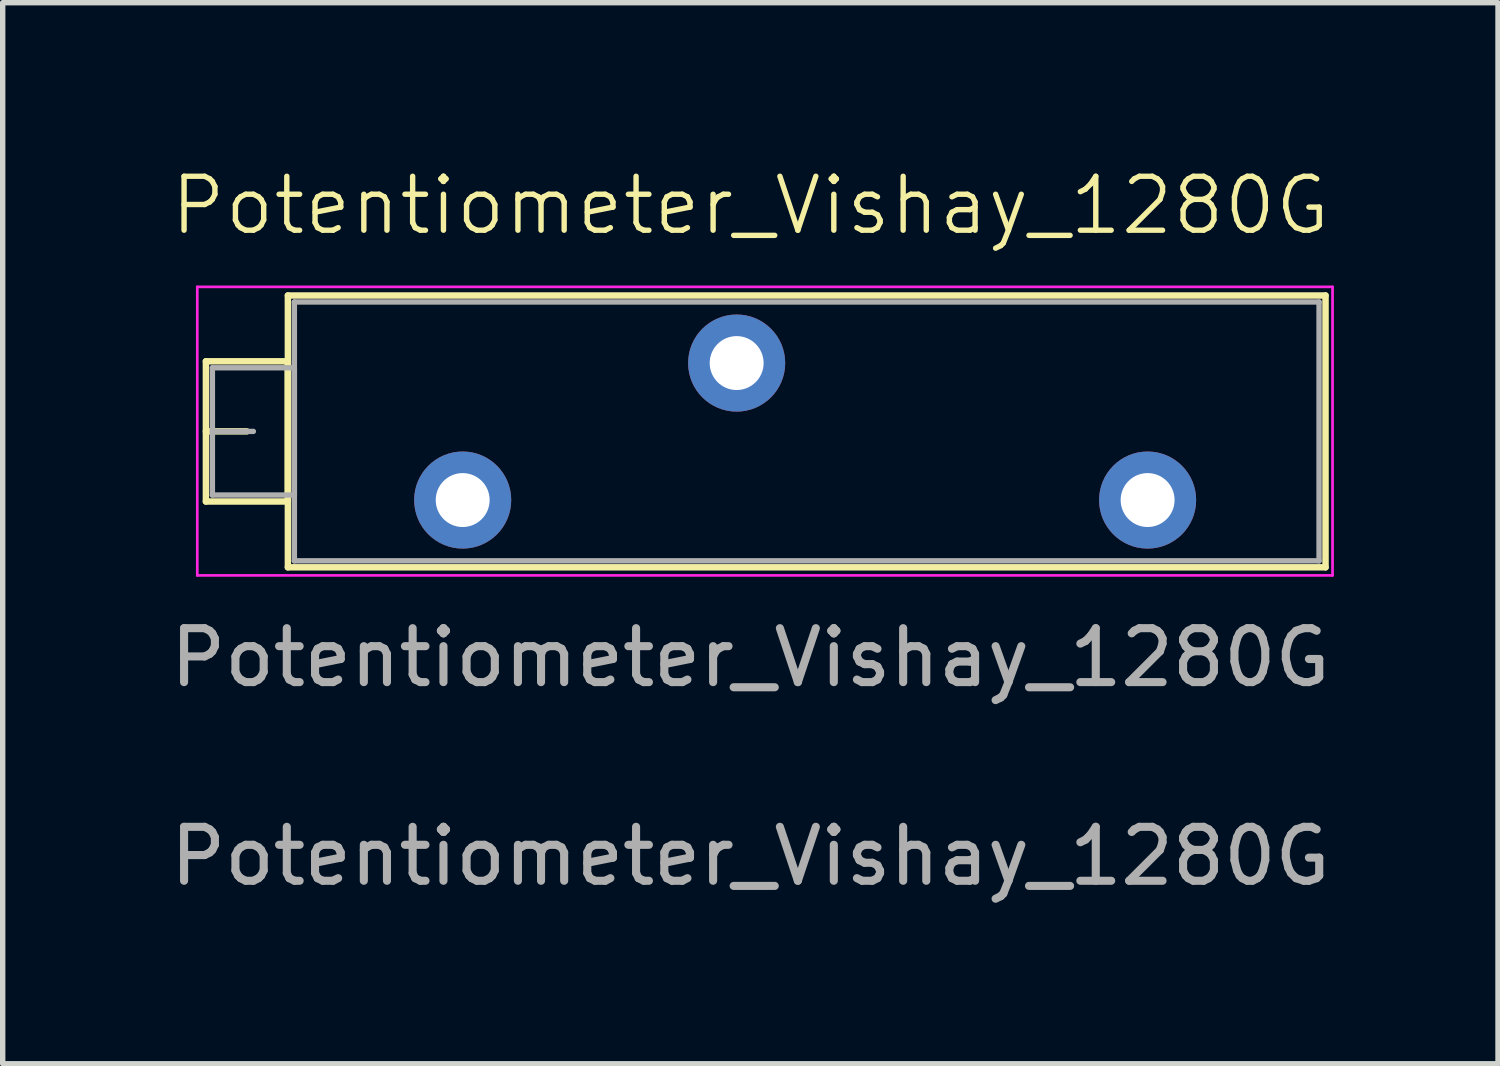
<source format=kicad_pcb>
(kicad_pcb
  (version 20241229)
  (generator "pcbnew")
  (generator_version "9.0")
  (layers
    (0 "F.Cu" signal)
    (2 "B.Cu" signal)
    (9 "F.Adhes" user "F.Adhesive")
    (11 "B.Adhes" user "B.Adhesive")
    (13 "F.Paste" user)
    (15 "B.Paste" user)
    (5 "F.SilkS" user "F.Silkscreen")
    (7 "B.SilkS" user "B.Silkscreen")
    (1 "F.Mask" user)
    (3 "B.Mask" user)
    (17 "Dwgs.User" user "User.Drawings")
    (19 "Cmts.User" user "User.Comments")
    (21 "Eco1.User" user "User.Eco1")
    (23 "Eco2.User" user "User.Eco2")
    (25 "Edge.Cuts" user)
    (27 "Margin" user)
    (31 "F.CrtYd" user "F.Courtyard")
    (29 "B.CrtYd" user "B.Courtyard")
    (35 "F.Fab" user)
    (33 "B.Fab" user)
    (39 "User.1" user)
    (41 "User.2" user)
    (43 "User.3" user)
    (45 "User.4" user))
  (footprint "Potentiometer_Vishay_1280G"
    (layer "F.Cu")
    (at 10.863 4.952)
    (property "Reference" "Potentiometer_Vishay_1280G" (at 0 -4.191 0) (unlocked yes) (layer "F.SilkS") (effects (font (size 1 1) (thickness 0.1))))
    (attr through_hole)
    (fp_line (start -10.095 -1.303) (end -10.095 1.297) (stroke (width 0.12) (type solid)) (layer "F.SilkS"))
    (fp_line (start -10.095 -1.303) (end -8.576 -1.303) (stroke (width 0.12) (type solid)) (layer "F.SilkS"))
    (fp_line (start -10.095 -0.003) (end -9.336 -0.003) (stroke (width 0.12) (type solid)) (layer "F.SilkS"))
    (fp_line (start -10.095 1.297) (end -8.576 1.297) (stroke (width 0.12) (type solid)) (layer "F.SilkS"))
    (fp_line (start -8.576 -1.303) (end -8.576 1.297) (stroke (width 0.12) (type solid)) (layer "F.SilkS"))
    (fp_line (start -8.575 -2.523) (end -8.575 2.517) (stroke (width 0.12) (type solid)) (layer "F.SilkS"))
    (fp_line (start -8.575 -2.523) (end 10.665 -2.523) (stroke (width 0.12) (type solid)) (layer "F.SilkS"))
    (fp_line (start -8.575 2.517) (end 10.665 2.517) (stroke (width 0.12) (type solid)) (layer "F.SilkS"))
    (fp_line (start 10.665 -2.523) (end 10.665 2.517) (stroke (width 0.12) (type solid)) (layer "F.SilkS"))
    (fp_line (start -10.255 -2.683) (end -10.255 2.667) (stroke (width 0.05) (type solid)) (layer "F.CrtYd"))
    (fp_line (start -10.255 2.667) (end 10.795 2.667) (stroke (width 0.05) (type solid)) (layer "F.CrtYd"))
    (fp_line (start 10.795 -2.683) (end -10.255 -2.683) (stroke (width 0.05) (type solid)) (layer "F.CrtYd"))
    (fp_line (start 10.795 2.667) (end 10.795 -2.683) (stroke (width 0.05) (type solid)) (layer "F.CrtYd"))
    (fp_line (start -9.975 -1.183) (end -9.975 1.177) (stroke (width 0.1) (type solid)) (layer "F.Fab"))
    (fp_line (start -9.975 -0.003) (end -9.215 -0.003) (stroke (width 0.1) (type solid)) (layer "F.Fab"))
    (fp_line (start -9.975 1.177) (end -8.455 1.177) (stroke (width 0.1) (type solid)) (layer "F.Fab"))
    (fp_line (start -8.455 -2.403) (end -8.455 2.397) (stroke (width 0.1) (type solid)) (layer "F.Fab"))
    (fp_line (start -8.455 -1.183) (end -9.975 -1.183) (stroke (width 0.1) (type solid)) (layer "F.Fab"))
    (fp_line (start -8.455 1.177) (end -8.455 -1.183) (stroke (width 0.1) (type solid)) (layer "F.Fab"))
    (fp_line (start -8.455 2.397) (end 10.545 2.397) (stroke (width 0.1) (type solid)) (layer "F.Fab"))
    (fp_line (start 10.545 -2.403) (end -8.455 -2.403) (stroke (width 0.1) (type solid)) (layer "F.Fab"))
    (fp_line (start 10.545 2.397) (end 10.545 -2.403) (stroke (width 0.1) (type solid)) (layer "F.Fab"))
    (fp_text user "${REFERENCE}" (at 0 7.874 0) (unlocked yes) (layer "F.Fab") (effects (font (size 1 1) (thickness 0.15))))
    (fp_text user "${REFERENCE}" (at 0 4.191 0) (layer "F.Fab") (effects (font (size 1 1) (thickness 0.15))))
    (pad "1" thru_hole circle (at 7.366 1.27) (size 1.8 1.8) (drill 1) (layers "*.Cu" "*.Mask"))
    (pad "2" thru_hole circle (at -0.254 -1.27) (size 1.8 1.8) (drill 1) (layers "*.Cu" "*.Mask"))
    (pad "3" thru_hole circle (at -5.334 1.27) (size 1.8 1.8) (drill 1) (layers "*.Cu" "*.Mask")))
  (gr_rect
    (start -3 -3)
    (end 24.726 16.674)
    (stroke (width 0.1) (type default))
    (fill no)
    (layer "Edge.Cuts")))
</source>
